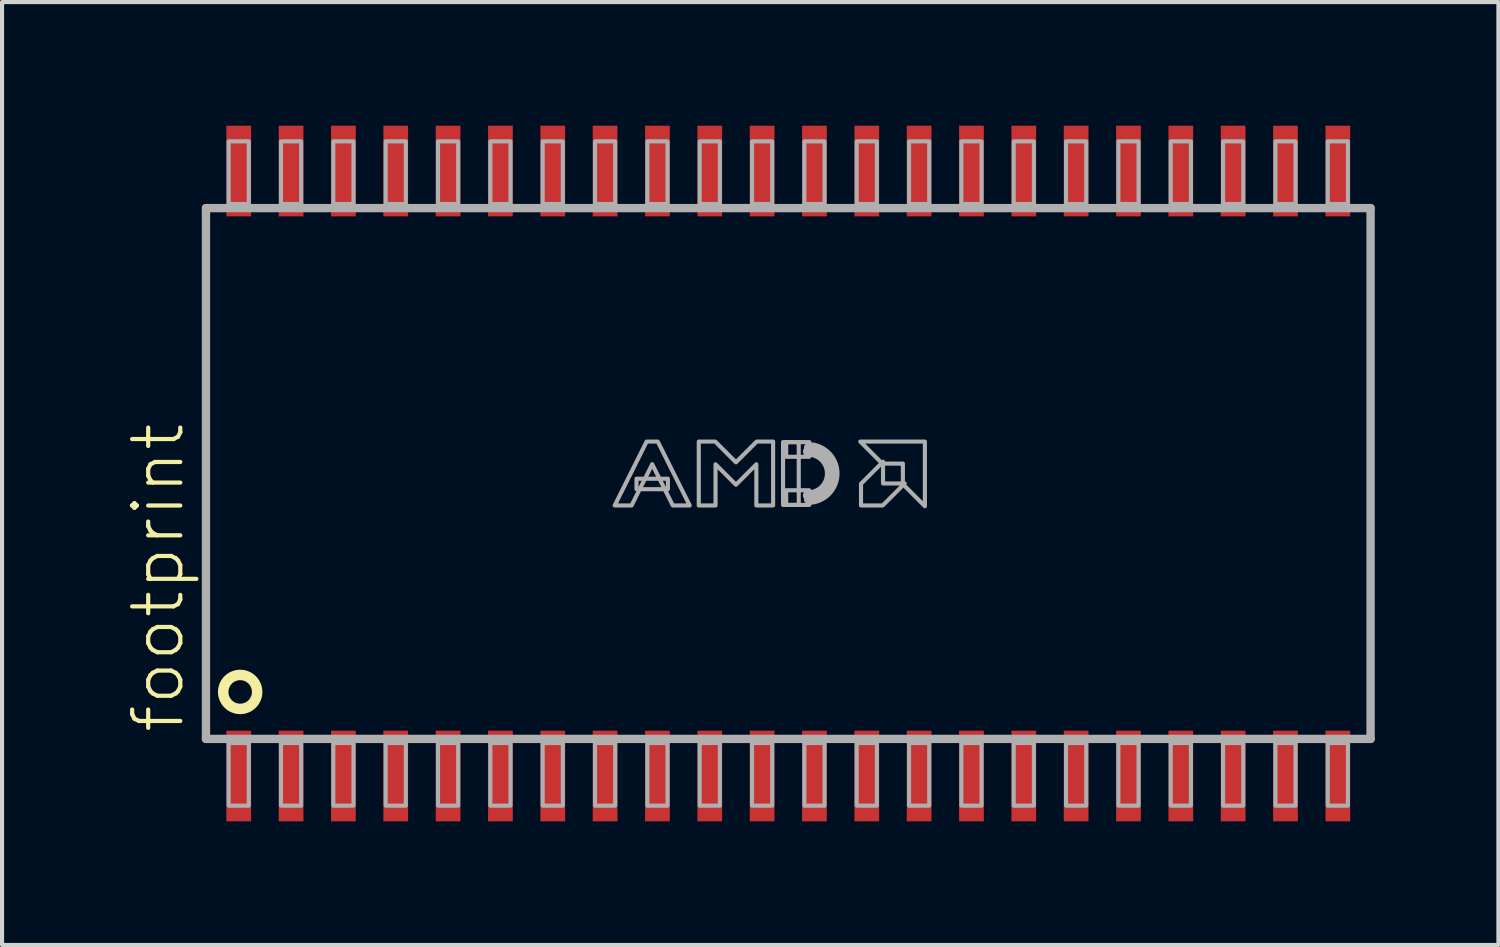
<source format=kicad_pcb>
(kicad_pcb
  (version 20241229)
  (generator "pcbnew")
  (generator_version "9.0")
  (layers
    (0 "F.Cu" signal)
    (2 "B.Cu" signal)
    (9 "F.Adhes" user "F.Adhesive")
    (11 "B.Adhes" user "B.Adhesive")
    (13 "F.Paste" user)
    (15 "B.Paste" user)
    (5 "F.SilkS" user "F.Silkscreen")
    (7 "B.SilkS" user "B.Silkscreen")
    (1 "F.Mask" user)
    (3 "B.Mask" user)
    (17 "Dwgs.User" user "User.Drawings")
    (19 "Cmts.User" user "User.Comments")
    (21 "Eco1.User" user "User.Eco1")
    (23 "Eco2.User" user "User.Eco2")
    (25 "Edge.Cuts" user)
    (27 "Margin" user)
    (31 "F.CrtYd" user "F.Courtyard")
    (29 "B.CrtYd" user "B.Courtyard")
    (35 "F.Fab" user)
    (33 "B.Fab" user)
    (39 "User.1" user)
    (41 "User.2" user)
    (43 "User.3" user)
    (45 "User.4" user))
  (footprint "footprint"
    (layer "F.Cu")
    (at 16.078 8.44)
    (property "Reference" "footprint" (at -14.605 6.35 90) (layer "F.SilkS") (effects (font (size 1.168 1.168) (thickness 0.102)) (justify left bottom)))
    (fp_circle (center -13.3 5.3) (end -12.888 5.3) (stroke (width 0.254) (type solid)) (fill no) (layer "F.SilkS"))
    (fp_line (start -14.13 -6.44) (end 14.13 -6.44) (stroke (width 0.203) (type solid)) (layer "F.Fab"))
    (fp_line (start -14.13 6.44) (end -14.13 -6.44) (stroke (width 0.203) (type solid)) (layer "F.Fab"))
    (fp_line (start 14.13 -6.44) (end 14.13 6.44) (stroke (width 0.203) (type solid)) (layer "F.Fab"))
    (fp_line (start 14.13 6.44) (end -14.13 6.44) (stroke (width 0.203) (type solid)) (layer "F.Fab"))
    (fp_arc (start 0.482598 -0.7366) (mid 1.219199 -0.000001) (end 0.4826 0.7366) (stroke (width 0.0508) (type solid)) (layer "F.Fab"))
    (fp_arc (start 0.482598 -0.635) (mid 1.117599 -0.000001) (end 0.4826 0.635) (stroke (width 0.2032) (type solid)) (layer "F.Fab"))
    (fp_arc (start 0.482598 -0.5334) (mid 1.015999 -0.000001) (end 0.4826 0.5334) (stroke (width 0.254) (type solid)) (layer "F.Fab"))
    (fp_poly (pts (xy -13.58 -6.54) (xy -13.09 -6.54) (xy -13.09 -8.06) (xy -13.58 -8.06)) (stroke (width 0.1) (type solid)) (fill no) (layer "F.Fab"))
    (fp_poly (pts (xy -13.58 8.06) (xy -13.09 8.06) (xy -13.09 6.54) (xy -13.58 6.54)) (stroke (width 0.1) (type solid)) (fill no) (layer "F.Fab"))
    (fp_poly (pts (xy -12.31 -6.54) (xy -11.82 -6.54) (xy -11.82 -8.06) (xy -12.31 -8.06)) (stroke (width 0.1) (type solid)) (fill no) (layer "F.Fab"))
    (fp_poly (pts (xy -12.31 8.06) (xy -11.82 8.06) (xy -11.82 6.54) (xy -12.31 6.54)) (stroke (width 0.1) (type solid)) (fill no) (layer "F.Fab"))
    (fp_poly (pts (xy -11.04 -6.54) (xy -10.55 -6.54) (xy -10.55 -8.06) (xy -11.04 -8.06)) (stroke (width 0.1) (type solid)) (fill no) (layer "F.Fab"))
    (fp_poly (pts (xy -11.04 8.06) (xy -10.55 8.06) (xy -10.55 6.54) (xy -11.04 6.54)) (stroke (width 0.1) (type solid)) (fill no) (layer "F.Fab"))
    (fp_poly (pts (xy -9.77 -6.54) (xy -9.28 -6.54) (xy -9.28 -8.06) (xy -9.77 -8.06)) (stroke (width 0.1) (type solid)) (fill no) (layer "F.Fab"))
    (fp_poly (pts (xy -9.77 8.06) (xy -9.28 8.06) (xy -9.28 6.54) (xy -9.77 6.54)) (stroke (width 0.1) (type solid)) (fill no) (layer "F.Fab"))
    (fp_poly (pts (xy -8.5 -6.54) (xy -8.01 -6.54) (xy -8.01 -8.06) (xy -8.5 -8.06)) (stroke (width 0.1) (type solid)) (fill no) (layer "F.Fab"))
    (fp_poly (pts (xy -8.5 8.06) (xy -8.01 8.06) (xy -8.01 6.54) (xy -8.5 6.54)) (stroke (width 0.1) (type solid)) (fill no) (layer "F.Fab"))
    (fp_poly (pts (xy -7.23 -6.54) (xy -6.74 -6.54) (xy -6.74 -8.06) (xy -7.23 -8.06)) (stroke (width 0.1) (type solid)) (fill no) (layer "F.Fab"))
    (fp_poly (pts (xy -7.23 8.06) (xy -6.74 8.06) (xy -6.74 6.54) (xy -7.23 6.54)) (stroke (width 0.1) (type solid)) (fill no) (layer "F.Fab"))
    (fp_poly (pts (xy -5.96 -6.54) (xy -5.47 -6.54) (xy -5.47 -8.06) (xy -5.96 -8.06)) (stroke (width 0.1) (type solid)) (fill no) (layer "F.Fab"))
    (fp_poly (pts (xy -5.96 8.06) (xy -5.47 8.06) (xy -5.47 6.54) (xy -5.96 6.54)) (stroke (width 0.1) (type solid)) (fill no) (layer "F.Fab"))
    (fp_poly (pts (xy -4.69 -6.54) (xy -4.2 -6.54) (xy -4.2 -8.06) (xy -4.69 -8.06)) (stroke (width 0.1) (type solid)) (fill no) (layer "F.Fab"))
    (fp_poly (pts (xy -4.69 8.06) (xy -4.2 8.06) (xy -4.2 6.54) (xy -4.69 6.54)) (stroke (width 0.1) (type solid)) (fill no) (layer "F.Fab"))
    (fp_poly (pts (xy -3.683 0.381) (xy -2.921 0.381) (xy -2.921 0.127) (xy -3.683 0.127)) (stroke (width 0.1) (type solid)) (fill no) (layer "F.Fab"))
    (fp_poly (pts (xy -3.42 -6.54) (xy -2.93 -6.54) (xy -2.93 -8.06) (xy -3.42 -8.06)) (stroke (width 0.1) (type solid)) (fill no) (layer "F.Fab"))
    (fp_poly (pts (xy -3.42 8.06) (xy -2.93 8.06) (xy -2.93 6.54) (xy -3.42 6.54)) (stroke (width 0.1) (type solid)) (fill no) (layer "F.Fab"))
    (fp_poly (pts (xy -2.15 -6.54) (xy -1.66 -6.54) (xy -1.66 -8.06) (xy -2.15 -8.06)) (stroke (width 0.1) (type solid)) (fill no) (layer "F.Fab"))
    (fp_poly (pts (xy -2.15 8.06) (xy -1.66 8.06) (xy -1.66 6.54) (xy -2.15 6.54)) (stroke (width 0.1) (type solid)) (fill no) (layer "F.Fab"))
    (fp_poly (pts (xy -0.88 -6.54) (xy -0.39 -6.54) (xy -0.39 -8.06) (xy -0.88 -8.06)) (stroke (width 0.1) (type solid)) (fill no) (layer "F.Fab"))
    (fp_poly (pts (xy -0.88 8.06) (xy -0.39 8.06) (xy -0.39 6.54) (xy -0.88 6.54)) (stroke (width 0.1) (type solid)) (fill no) (layer "F.Fab"))
    (fp_poly (pts (xy -0.127 0.762) (xy 0.254 0.762) (xy 0.254 -0.762) (xy -0.127 -0.762)) (stroke (width 0.1) (type solid)) (fill no) (layer "F.Fab"))
    (fp_poly (pts (xy -0.051 -0.406) (xy 0.508 -0.406) (xy 0.508 -0.762) (xy -0.051 -0.762)) (stroke (width 0.1) (type solid)) (fill no) (layer "F.Fab"))
    (fp_poly (pts (xy -0.051 0.762) (xy 0.508 0.762) (xy 0.508 0.406) (xy -0.051 0.406)) (stroke (width 0.1) (type solid)) (fill no) (layer "F.Fab"))
    (fp_poly (pts (xy 0.39 -6.54) (xy 0.88 -6.54) (xy 0.88 -8.06) (xy 0.39 -8.06)) (stroke (width 0.1) (type solid)) (fill no) (layer "F.Fab"))
    (fp_poly (pts (xy 0.39 8.06) (xy 0.88 8.06) (xy 0.88 6.54) (xy 0.39 6.54)) (stroke (width 0.1) (type solid)) (fill no) (layer "F.Fab"))
    (fp_poly (pts (xy 1.66 -6.54) (xy 2.15 -6.54) (xy 2.15 -8.06) (xy 1.66 -8.06)) (stroke (width 0.1) (type solid)) (fill no) (layer "F.Fab"))
    (fp_poly (pts (xy 1.66 8.06) (xy 2.15 8.06) (xy 2.15 6.54) (xy 1.66 6.54)) (stroke (width 0.1) (type solid)) (fill no) (layer "F.Fab"))
    (fp_poly (pts (xy 2.93 -6.54) (xy 3.42 -6.54) (xy 3.42 -8.06) (xy 2.93 -8.06)) (stroke (width 0.1) (type solid)) (fill no) (layer "F.Fab"))
    (fp_poly (pts (xy 2.93 8.06) (xy 3.42 8.06) (xy 3.42 6.54) (xy 2.93 6.54)) (stroke (width 0.1) (type solid)) (fill no) (layer "F.Fab"))
    (fp_poly (pts (xy 4.2 -6.54) (xy 4.69 -6.54) (xy 4.69 -8.06) (xy 4.2 -8.06)) (stroke (width 0.1) (type solid)) (fill no) (layer "F.Fab"))
    (fp_poly (pts (xy 4.2 8.06) (xy 4.69 8.06) (xy 4.69 6.54) (xy 4.2 6.54)) (stroke (width 0.1) (type solid)) (fill no) (layer "F.Fab"))
    (fp_poly (pts (xy 5.47 -6.54) (xy 5.96 -6.54) (xy 5.96 -8.06) (xy 5.47 -8.06)) (stroke (width 0.1) (type solid)) (fill no) (layer "F.Fab"))
    (fp_poly (pts (xy 5.47 8.06) (xy 5.96 8.06) (xy 5.96 6.54) (xy 5.47 6.54)) (stroke (width 0.1) (type solid)) (fill no) (layer "F.Fab"))
    (fp_poly (pts (xy 6.74 -6.54) (xy 7.23 -6.54) (xy 7.23 -8.06) (xy 6.74 -8.06)) (stroke (width 0.1) (type solid)) (fill no) (layer "F.Fab"))
    (fp_poly (pts (xy 6.74 8.06) (xy 7.23 8.06) (xy 7.23 6.54) (xy 6.74 6.54)) (stroke (width 0.1) (type solid)) (fill no) (layer "F.Fab"))
    (fp_poly (pts (xy 8.01 -6.54) (xy 8.5 -6.54) (xy 8.5 -8.06) (xy 8.01 -8.06)) (stroke (width 0.1) (type solid)) (fill no) (layer "F.Fab"))
    (fp_poly (pts (xy 8.01 8.06) (xy 8.5 8.06) (xy 8.5 6.54) (xy 8.01 6.54)) (stroke (width 0.1) (type solid)) (fill no) (layer "F.Fab"))
    (fp_poly (pts (xy 9.28 -6.54) (xy 9.77 -6.54) (xy 9.77 -8.06) (xy 9.28 -8.06)) (stroke (width 0.1) (type solid)) (fill no) (layer "F.Fab"))
    (fp_poly (pts (xy 9.28 8.06) (xy 9.77 8.06) (xy 9.77 6.54) (xy 9.28 6.54)) (stroke (width 0.1) (type solid)) (fill no) (layer "F.Fab"))
    (fp_poly (pts (xy 10.55 -6.54) (xy 11.04 -6.54) (xy 11.04 -8.06) (xy 10.55 -8.06)) (stroke (width 0.1) (type solid)) (fill no) (layer "F.Fab"))
    (fp_poly (pts (xy 10.55 8.06) (xy 11.04 8.06) (xy 11.04 6.54) (xy 10.55 6.54)) (stroke (width 0.1) (type solid)) (fill no) (layer "F.Fab"))
    (fp_poly (pts (xy 11.82 -6.54) (xy 12.31 -6.54) (xy 12.31 -8.06) (xy 11.82 -8.06)) (stroke (width 0.1) (type solid)) (fill no) (layer "F.Fab"))
    (fp_poly (pts (xy 11.82 8.06) (xy 12.31 8.06) (xy 12.31 6.54) (xy 11.82 6.54)) (stroke (width 0.1) (type solid)) (fill no) (layer "F.Fab"))
    (fp_poly (pts (xy 13.09 -6.54) (xy 13.58 -6.54) (xy 13.58 -8.06) (xy 13.09 -8.06)) (stroke (width 0.1) (type solid)) (fill no) (layer "F.Fab"))
    (fp_poly (pts (xy 13.09 8.06) (xy 13.58 8.06) (xy 13.58 6.54) (xy 13.09 6.54)) (stroke (width 0.1) (type solid)) (fill no) (layer "F.Fab"))
    (fp_poly (pts (xy 2.299 0.241) (xy 2.825 0.241) (xy 2.291 0.775) (xy 1.765 0.775) (xy 1.765 0.249) (xy 2.299 -0.285)) (stroke (width 0.1) (type solid)) (fill no) (layer "F.Fab"))
    (fp_poly (pts (xy 3.315 0.793) (xy 2.781 0.259) (xy 2.781 -0.241) (xy 2.281 -0.241) (xy 1.747 -0.775) (xy 3.315 -0.775)) (stroke (width 0.1) (type solid)) (fill no) (layer "F.Fab"))
    (fp_poly (pts (xy -2.392 0.775) (xy -2.802 0.775) (xy -3.302 -0.226) (xy -3.802 0.775) (xy -4.212 0.775) (xy -3.437 -0.775) (xy -3.167 -0.775)) (stroke (width 0.1) (type solid)) (fill no) (layer "F.Fab"))
    (fp_poly (pts (xy -1.27 -0.272) (xy -0.767 -0.775) (xy -0.368 -0.775) (xy -0.368 0.775) (xy -0.775 0.775) (xy -0.775 -0.223) (xy -1.27 0.272) (xy -1.765 -0.223) (xy -1.765 0.775) (xy -2.172 0.775) (xy -2.172 -0.775) (xy -1.773 -0.775)) (stroke (width 0.1) (type solid)) (fill no) (layer "F.Fab"))
    (pad "1" smd rect (at -13.335 7.34) (size 0.6 2.2) (layers "F.Cu" "F.Mask" "F.Paste"))
    (pad "2" smd rect (at -12.065 7.34) (size 0.6 2.2) (layers "F.Cu" "F.Mask" "F.Paste"))
    (pad "3" smd rect (at -10.795 7.34) (size 0.6 2.2) (layers "F.Cu" "F.Mask" "F.Paste"))
    (pad "4" smd rect (at -9.525 7.34) (size 0.6 2.2) (layers "F.Cu" "F.Mask" "F.Paste"))
    (pad "5" smd rect (at -8.255 7.34) (size 0.6 2.2) (layers "F.Cu" "F.Mask" "F.Paste"))
    (pad "6" smd rect (at -6.985 7.34) (size 0.6 2.2) (layers "F.Cu" "F.Mask" "F.Paste"))
    (pad "7" smd rect (at -5.715 7.34) (size 0.6 2.2) (layers "F.Cu" "F.Mask" "F.Paste"))
    (pad "8" smd rect (at -4.445 7.34) (size 0.6 2.2) (layers "F.Cu" "F.Mask" "F.Paste"))
    (pad "9" smd rect (at -3.175 7.34) (size 0.6 2.2) (layers "F.Cu" "F.Mask" "F.Paste"))
    (pad "10" smd rect (at -1.905 7.34) (size 0.6 2.2) (layers "F.Cu" "F.Mask" "F.Paste"))
    (pad "11" smd rect (at -0.635 7.34) (size 0.6 2.2) (layers "F.Cu" "F.Mask" "F.Paste"))
    (pad "12" smd rect (at 0.635 7.34) (size 0.6 2.2) (layers "F.Cu" "F.Mask" "F.Paste"))
    (pad "13" smd rect (at 1.905 7.34) (size 0.6 2.2) (layers "F.Cu" "F.Mask" "F.Paste"))
    (pad "14" smd rect (at 3.175 7.34) (size 0.6 2.2) (layers "F.Cu" "F.Mask" "F.Paste"))
    (pad "15" smd rect (at 4.445 7.34) (size 0.6 2.2) (layers "F.Cu" "F.Mask" "F.Paste"))
    (pad "16" smd rect (at 5.715 7.34) (size 0.6 2.2) (layers "F.Cu" "F.Mask" "F.Paste"))
    (pad "17" smd rect (at 6.985 7.34) (size 0.6 2.2) (layers "F.Cu" "F.Mask" "F.Paste"))
    (pad "18" smd rect (at 8.255 7.34) (size 0.6 2.2) (layers "F.Cu" "F.Mask" "F.Paste"))
    (pad "19" smd rect (at 9.525 7.34) (size 0.6 2.2) (layers "F.Cu" "F.Mask" "F.Paste"))
    (pad "20" smd rect (at 10.795 7.34) (size 0.6 2.2) (layers "F.Cu" "F.Mask" "F.Paste"))
    (pad "21" smd rect (at 12.065 7.34) (size 0.6 2.2) (layers "F.Cu" "F.Mask" "F.Paste"))
    (pad "22" smd rect (at 13.335 7.34) (size 0.6 2.2) (layers "F.Cu" "F.Mask" "F.Paste"))
    (pad "23" smd rect (at 13.335 -7.34) (size 0.6 2.2) (layers "F.Cu" "F.Mask" "F.Paste"))
    (pad "24" smd rect (at 12.065 -7.34) (size 0.6 2.2) (layers "F.Cu" "F.Mask" "F.Paste"))
    (pad "25" smd rect (at 10.795 -7.34) (size 0.6 2.2) (layers "F.Cu" "F.Mask" "F.Paste"))
    (pad "26" smd rect (at 9.525 -7.34) (size 0.6 2.2) (layers "F.Cu" "F.Mask" "F.Paste"))
    (pad "27" smd rect (at 8.255 -7.34) (size 0.6 2.2) (layers "F.Cu" "F.Mask" "F.Paste"))
    (pad "28" smd rect (at 6.985 -7.34) (size 0.6 2.2) (layers "F.Cu" "F.Mask" "F.Paste"))
    (pad "29" smd rect (at 5.715 -7.34) (size 0.6 2.2) (layers "F.Cu" "F.Mask" "F.Paste"))
    (pad "30" smd rect (at 4.445 -7.34) (size 0.6 2.2) (layers "F.Cu" "F.Mask" "F.Paste"))
    (pad "31" smd rect (at 3.175 -7.34) (size 0.6 2.2) (layers "F.Cu" "F.Mask" "F.Paste"))
    (pad "32" smd rect (at 1.905 -7.34) (size 0.6 2.2) (layers "F.Cu" "F.Mask" "F.Paste"))
    (pad "33" smd rect (at 0.635 -7.34) (size 0.6 2.2) (layers "F.Cu" "F.Mask" "F.Paste"))
    (pad "34" smd rect (at -0.635 -7.34) (size 0.6 2.2) (layers "F.Cu" "F.Mask" "F.Paste"))
    (pad "35" smd rect (at -1.905 -7.34) (size 0.6 2.2) (layers "F.Cu" "F.Mask" "F.Paste"))
    (pad "36" smd rect (at -3.175 -7.34) (size 0.6 2.2) (layers "F.Cu" "F.Mask" "F.Paste"))
    (pad "37" smd rect (at -4.445 -7.34) (size 0.6 2.2) (layers "F.Cu" "F.Mask" "F.Paste"))
    (pad "38" smd rect (at -5.715 -7.34) (size 0.6 2.2) (layers "F.Cu" "F.Mask" "F.Paste"))
    (pad "39" smd rect (at -6.985 -7.34) (size 0.6 2.2) (layers "F.Cu" "F.Mask" "F.Paste"))
    (pad "40" smd rect (at -8.255 -7.34) (size 0.6 2.2) (layers "F.Cu" "F.Mask" "F.Paste"))
    (pad "41" smd rect (at -9.525 -7.34) (size 0.6 2.2) (layers "F.Cu" "F.Mask" "F.Paste"))
    (pad "42" smd rect (at -10.795 -7.34) (size 0.6 2.2) (layers "F.Cu" "F.Mask" "F.Paste"))
    (pad "43" smd rect (at -12.065 -7.34) (size 0.6 2.2) (layers "F.Cu" "F.Mask" "F.Paste"))
    (pad "44" smd rect (at -13.335 -7.34) (size 0.6 2.2) (layers "F.Cu" "F.Mask" "F.Paste")))
  (gr_rect
    (start -3 -3)
    (end 33.31 19.88)
    (stroke (width 0.1) (type default))
    (fill no)
    (layer "Edge.Cuts")))
</source>
